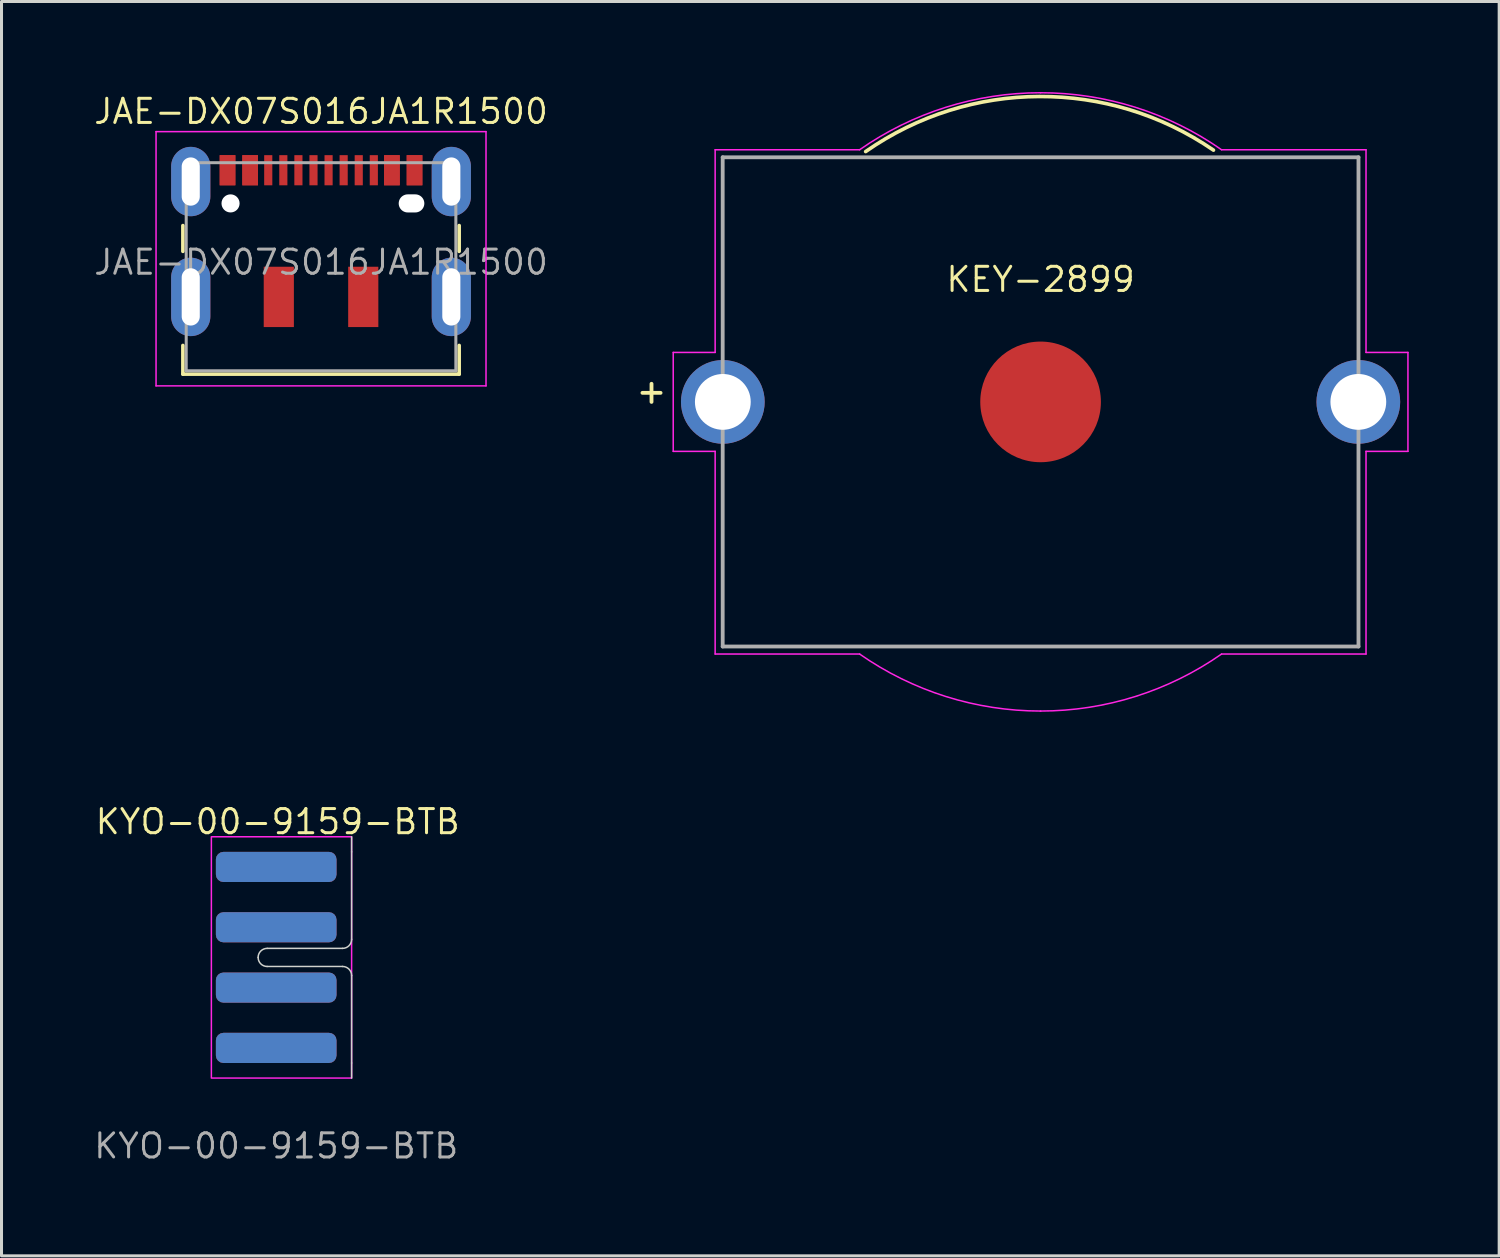
<source format=kicad_pcb>
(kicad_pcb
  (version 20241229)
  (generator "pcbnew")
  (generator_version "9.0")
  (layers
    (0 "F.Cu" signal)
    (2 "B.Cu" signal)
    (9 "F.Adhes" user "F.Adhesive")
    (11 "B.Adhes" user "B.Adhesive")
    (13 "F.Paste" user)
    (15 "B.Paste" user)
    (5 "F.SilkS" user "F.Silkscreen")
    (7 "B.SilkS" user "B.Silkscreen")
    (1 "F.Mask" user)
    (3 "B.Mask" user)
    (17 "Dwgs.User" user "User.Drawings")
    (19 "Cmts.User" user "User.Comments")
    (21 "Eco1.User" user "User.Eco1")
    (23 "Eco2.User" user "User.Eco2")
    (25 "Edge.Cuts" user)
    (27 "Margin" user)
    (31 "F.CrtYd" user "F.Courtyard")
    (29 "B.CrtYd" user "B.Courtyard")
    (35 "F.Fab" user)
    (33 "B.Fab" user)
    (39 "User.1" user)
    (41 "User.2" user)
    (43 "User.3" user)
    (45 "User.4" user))
  (footprint "KYO-00-9159-BTB"
    (layer "F.Cu")
    (at 6.108 28.694)
    (property "Reference" "KYO-00-9159-BTB" (at 0.05 -4.5 0) (unlocked yes) (layer "F.SilkS") (effects (font (size 0.8 0.8) (thickness 0.1))))
    (attr smd exclude_from_bom)
    (fp_line (start -0.3 0.3) (end 2.2 0.3) (stroke (width 0.05) (type default)) (layer "Edge.Cuts"))
    (fp_line (start 2.2 -0.3) (end -0.3 -0.3) (stroke (width 0.05) (type default)) (layer "Edge.Cuts"))
    (fp_line (start 2.5 -3.5) (end 2.5 -4) (stroke (width 0.05) (type default)) (layer "Edge.Cuts"))
    (fp_line (start 2.5 -3.5) (end 2.5 -0.6) (stroke (width 0.05) (type default)) (layer "Edge.Cuts"))
    (fp_line (start 2.5 0.6) (end 2.5 3.5) (stroke (width 0.05) (type default)) (layer "Edge.Cuts"))
    (fp_line (start 2.5 3.5) (end 2.5 4) (stroke (width 0.05) (type default)) (layer "Edge.Cuts"))
    (fp_arc (start -0.6 0) (mid -0.512132 -0.212132) (end -0.3 -0.3) (stroke (width 0.05) (type default)) (layer "Edge.Cuts"))
    (fp_arc (start -0.3 0.3) (mid -0.512132 0.212132) (end -0.6 0) (stroke (width 0.05) (type default)) (layer "Edge.Cuts"))
    (fp_arc (start 2.2 0.3) (mid 2.412132 0.387868) (end 2.5 0.6) (stroke (width 0.05) (type default)) (layer "Edge.Cuts"))
    (fp_arc (start 2.5 -0.6) (mid 2.412132 -0.387868) (end 2.2 -0.3) (stroke (width 0.05) (type default)) (layer "Edge.Cuts"))
    (fp_rect (start -2.15 -4) (end 2.5 4) (stroke (width 0.05) (type default)) (fill no) (layer "F.CrtYd"))
    (fp_text user "${REFERENCE}" (at 0 6.25 0) (unlocked yes) (layer "F.Fab") (effects (font (size 0.8 0.8) (thickness 0.1))))
    (pad "1" smd roundrect (at 0 -3) (size 4 1) (layers "F.Cu" "F.Mask") (roundrect_rratio 0.25))
    (pad "2" smd roundrect (at 0 -1) (size 4 1) (layers "F.Cu" "F.Mask") (roundrect_rratio 0.25))
    (pad "3" smd roundrect (at 0 1) (size 4 1) (layers "F.Cu" "F.Mask") (roundrect_rratio 0.25))
    (pad "4" smd roundrect (at 0 3) (size 4 1) (layers "F.Cu" "F.Mask") (roundrect_rratio 0.25))
    (pad "5" smd roundrect (at 0 -3) (size 4 1) (layers "B.Cu" "B.Mask") (roundrect_rratio 0.25))
    (pad "6" smd roundrect (at 0 -1) (size 4 1) (layers "B.Cu" "B.Mask") (roundrect_rratio 0.25))
    (pad "7" smd roundrect (at 0 1) (size 4 1) (layers "B.Cu" "B.Mask") (roundrect_rratio 0.25))
    (pad "8" smd roundrect (at 0 3) (size 4 1) (layers "B.Cu" "B.Mask") (roundrect_rratio 0.25)))
  (footprint "KEY-2899"
    (layer "F.Cu")
    (at 31.451 10.275)
    (property "Reference" "KEY-2899" (at 0 -4.06 0) (layer "F.SilkS") (effects (font (size 0.8 0.8) (thickness 0.1))))
    (attr through_hole)
    (fp_line (start -13.2 -0.3) (end -12.6 -0.3) (stroke (width 0.127) (type solid)) (layer "F.SilkS"))
    (fp_line (start -12.9 -0.6) (end -12.9 0) (stroke (width 0.127) (type solid)) (layer "F.SilkS"))
    (fp_arc (start -5.8 -8.299999) (mid -0.041217 -10.125625) (end 5.732237 -8.346942) (stroke (width 0.12) (type default)) (layer "F.SilkS"))
    (fp_line (start -12.18 -1.64) (end -10.79 -1.64) (stroke (width 0.05) (type solid)) (layer "F.CrtYd"))
    (fp_line (start -12.18 1.64) (end -12.18 -1.64) (stroke (width 0.05) (type solid)) (layer "F.CrtYd"))
    (fp_line (start -10.79 -8.36) (end -6 -8.36) (stroke (width 0.05) (type solid)) (layer "F.CrtYd"))
    (fp_line (start -10.79 -1.64) (end -10.79 -8.36) (stroke (width 0.05) (type solid)) (layer "F.CrtYd"))
    (fp_line (start -10.79 1.64) (end -12.18 1.64) (stroke (width 0.05) (type solid)) (layer "F.CrtYd"))
    (fp_line (start -10.79 8.36) (end -10.79 1.64) (stroke (width 0.05) (type solid)) (layer "F.CrtYd"))
    (fp_line (start -6 8.36) (end -10.79 8.36) (stroke (width 0.05) (type solid)) (layer "F.CrtYd"))
    (fp_line (start 6 -8.36) (end 10.79 -8.36) (stroke (width 0.05) (type solid)) (layer "F.CrtYd"))
    (fp_line (start 10.79 -8.36) (end 10.79 -1.64) (stroke (width 0.05) (type solid)) (layer "F.CrtYd"))
    (fp_line (start 10.79 -1.64) (end 12.18 -1.64) (stroke (width 0.05) (type solid)) (layer "F.CrtYd"))
    (fp_line (start 10.79 1.64) (end 10.79 8.36) (stroke (width 0.05) (type solid)) (layer "F.CrtYd"))
    (fp_line (start 10.79 8.36) (end 6 8.36) (stroke (width 0.05) (type solid)) (layer "F.CrtYd"))
    (fp_line (start 12.18 -1.64) (end 12.18 1.64) (stroke (width 0.05) (type solid)) (layer "F.CrtYd"))
    (fp_line (start 12.18 1.64) (end 10.79 1.64) (stroke (width 0.05) (type solid)) (layer "F.CrtYd"))
    (fp_arc (start -6 -8.36) (mid -3.145449 -9.766744) (end 0 -10.25) (stroke (width 0.05) (type solid)) (layer "F.CrtYd"))
    (fp_arc (start 0 -10.25) (mid 3.145449 -9.766744) (end 6 -8.36) (stroke (width 0.05) (type solid)) (layer "F.CrtYd"))
    (fp_arc (start 0 10.25) (mid -3.145449 9.766744) (end -6 8.36) (stroke (width 0.05) (type solid)) (layer "F.CrtYd"))
    (fp_arc (start 6 8.36) (mid 3.145449 9.766744) (end 0 10.25) (stroke (width 0.05) (type solid)) (layer "F.CrtYd"))
    (fp_line (start -10.54 -8.11) (end -10.54 8.11) (stroke (width 0.127) (type solid)) (layer "F.Fab"))
    (fp_line (start -10.54 -8.11) (end 10.54 -8.11) (stroke (width 0.127) (type solid)) (layer "F.Fab"))
    (fp_line (start 10.54 -8.11) (end 10.54 8.11) (stroke (width 0.127) (type solid)) (layer "F.Fab"))
    (fp_line (start 10.54 8.11) (end -10.54 8.11) (stroke (width 0.127) (type solid)) (layer "F.Fab"))
    (pad "+1" thru_hole circle (at -10.535 0) (size 2.775 2.775) (drill 1.85) (layers "*.Cu" "*.Mask"))
    (pad "+2" thru_hole circle (at 10.535 0) (size 2.775 2.775) (drill 1.85) (layers "*.Cu" "*.Mask"))
    (pad "-" smd circle (at 0 0) (size 4 4) (layers "F.Cu" "F.Mask" "F.Paste")))
  (footprint "JAE-DX07S016JA1R1500"
    (layer "F.Cu")
    (at 7.594 5.644)
    (property "Reference" "JAE-DX07S016JA1R1500" (at 0 -5 0) (layer "F.SilkS") (effects (font (size 0.8 0.8) (thickness 0.1))))
    (attr smd)
    (fp_line (start -4.58 -1.215) (end -4.58 -0.36) (stroke (width 0.12) (type solid)) (layer "F.SilkS"))
    (fp_line (start -4.58 2.76) (end -4.58 3.71) (stroke (width 0.12) (type solid)) (layer "F.SilkS"))
    (fp_line (start -4.58 3.71) (end 4.58 3.71) (stroke (width 0.12) (type solid)) (layer "F.SilkS"))
    (fp_line (start 4.58 -1.215) (end 4.58 -0.36) (stroke (width 0.12) (type solid)) (layer "F.SilkS"))
    (fp_line (start 4.58 2.76) (end 4.58 3.71) (stroke (width 0.12) (type solid)) (layer "F.SilkS"))
    (fp_line (start -5.47 -4.33) (end -5.47 4.1) (stroke (width 0.05) (type solid)) (layer "F.CrtYd"))
    (fp_line (start -5.47 -4.33) (end 5.47 -4.33) (stroke (width 0.05) (type solid)) (layer "F.CrtYd"))
    (fp_line (start -5.47 4.1) (end 5.47 4.1) (stroke (width 0.05) (type solid)) (layer "F.CrtYd"))
    (fp_line (start 5.47 -4.33) (end 5.47 4.1) (stroke (width 0.05) (type solid)) (layer "F.CrtYd"))
    (fp_line (start -4.47 -3.3) (end -4.47 3.6) (stroke (width 0.1) (type solid)) (layer "F.Fab"))
    (fp_line (start -4.47 -3.3) (end 4.47 -3.3) (stroke (width 0.1) (type solid)) (layer "F.Fab"))
    (fp_line (start -4.47 3.6) (end 4.47 3.6) (stroke (width 0.1) (type solid)) (layer "F.Fab"))
    (fp_line (start 4.47 -3.3) (end 4.47 3.6) (stroke (width 0.1) (type solid)) (layer "F.Fab"))
    (fp_text user "${REFERENCE}" (at 0 0 0) (layer "F.Fab") (effects (font (size 0.8 0.8) (thickness 0.1))))
    (pad "" np_thru_hole circle (at -3 -1.95) (size 0.6 0.6) (drill 0.6) (layers "*.Cu" "*.Mask"))
    (pad "" smd rect (at -1.4 1.15) (size 1 2) (layers "F.Cu" "F.Mask" "F.Paste"))
    (pad "" smd rect (at 1.4 1.15) (size 1 2) (layers "F.Cu" "F.Mask" "F.Paste"))
    (pad "" np_thru_hole oval (at 3 -1.95) (size 0.85 0.6) (drill oval 0.85 0.6) (layers "*.Cu" "*.Mask"))
    (pad "A1" smd rect (at -3.1 -3.05) (size 0.52 1) (layers "F.Cu" "F.Mask" "F.Paste"))
    (pad "A4" smd rect (at -2.35 -3.05) (size 0.52 1) (layers "F.Cu" "F.Mask" "F.Paste"))
    (pad "A5" smd rect (at -1.75 -3.05) (size 0.27 1) (layers "F.Cu" "F.Mask" "F.Paste"))
    (pad "A6" smd rect (at -0.25 -3.05) (size 0.27 1) (layers "F.Cu" "F.Mask" "F.Paste"))
    (pad "A7" smd rect (at 0.75 -3.05) (size 0.27 1) (layers "F.Cu" "F.Mask" "F.Paste"))
    (pad "A8" smd rect (at 1.75 -3.05) (size 0.27 1) (layers "F.Cu" "F.Mask" "F.Paste"))
    (pad "A9" smd rect (at 2.35 -3.05) (size 0.52 1) (layers "F.Cu" "F.Mask" "F.Paste"))
    (pad "A12" smd rect (at 3.1 -3.05) (size 0.52 1) (layers "F.Cu" "F.Mask" "F.Paste"))
    (pad "B1" smd rect (at 3.1 -3.05) (size 0.52 1) (layers "F.Cu" "F.Mask" "F.Paste"))
    (pad "B4" smd rect (at 2.35 -3.05) (size 0.52 1) (layers "F.Cu" "F.Mask" "F.Paste"))
    (pad "B5" smd rect (at 1.25 -3.05) (size 0.27 1) (layers "F.Cu" "F.Mask" "F.Paste"))
    (pad "B6" smd rect (at 0.25 -3.05) (size 0.27 1) (layers "F.Cu" "F.Mask" "F.Paste"))
    (pad "B7" smd rect (at -0.75 -3.05) (size 0.27 1) (layers "F.Cu" "F.Mask" "F.Paste"))
    (pad "B8" smd rect (at -1.25 -3.05) (size 0.27 1) (layers "F.Cu" "F.Mask" "F.Paste"))
    (pad "B9" smd rect (at -2.35 -3.05) (size 0.52 1) (layers "F.Cu" "F.Mask" "F.Paste"))
    (pad "B12" smd rect (at -3.1 -3.05) (size 0.52 1) (layers "F.Cu" "F.Mask" "F.Paste"))
    (pad "S1" thru_hole oval (at -4.32 -2.675) (size 1.3 2.3) (drill oval 0.6 1.6) (layers "*.Cu" "*.Mask"))
    (pad "S1" thru_hole oval (at -4.32 1.15) (size 1.3 2.6) (drill oval 0.6 1.9) (layers "*.Cu" "*.Mask"))
    (pad "S1" thru_hole oval (at 4.32 -2.675) (size 1.3 2.3) (drill oval 0.6 1.6) (layers "*.Cu" "*.Mask"))
    (pad "S1" thru_hole oval (at 4.32 1.15) (size 1.3 2.6) (drill oval 0.6 1.9) (layers "*.Cu" "*.Mask")))
  (gr_rect
    (start -3 -3)
    (end 46.656 38.587)
    (stroke (width 0.1) (type default))
    (fill no)
    (layer "Edge.Cuts")))
</source>
